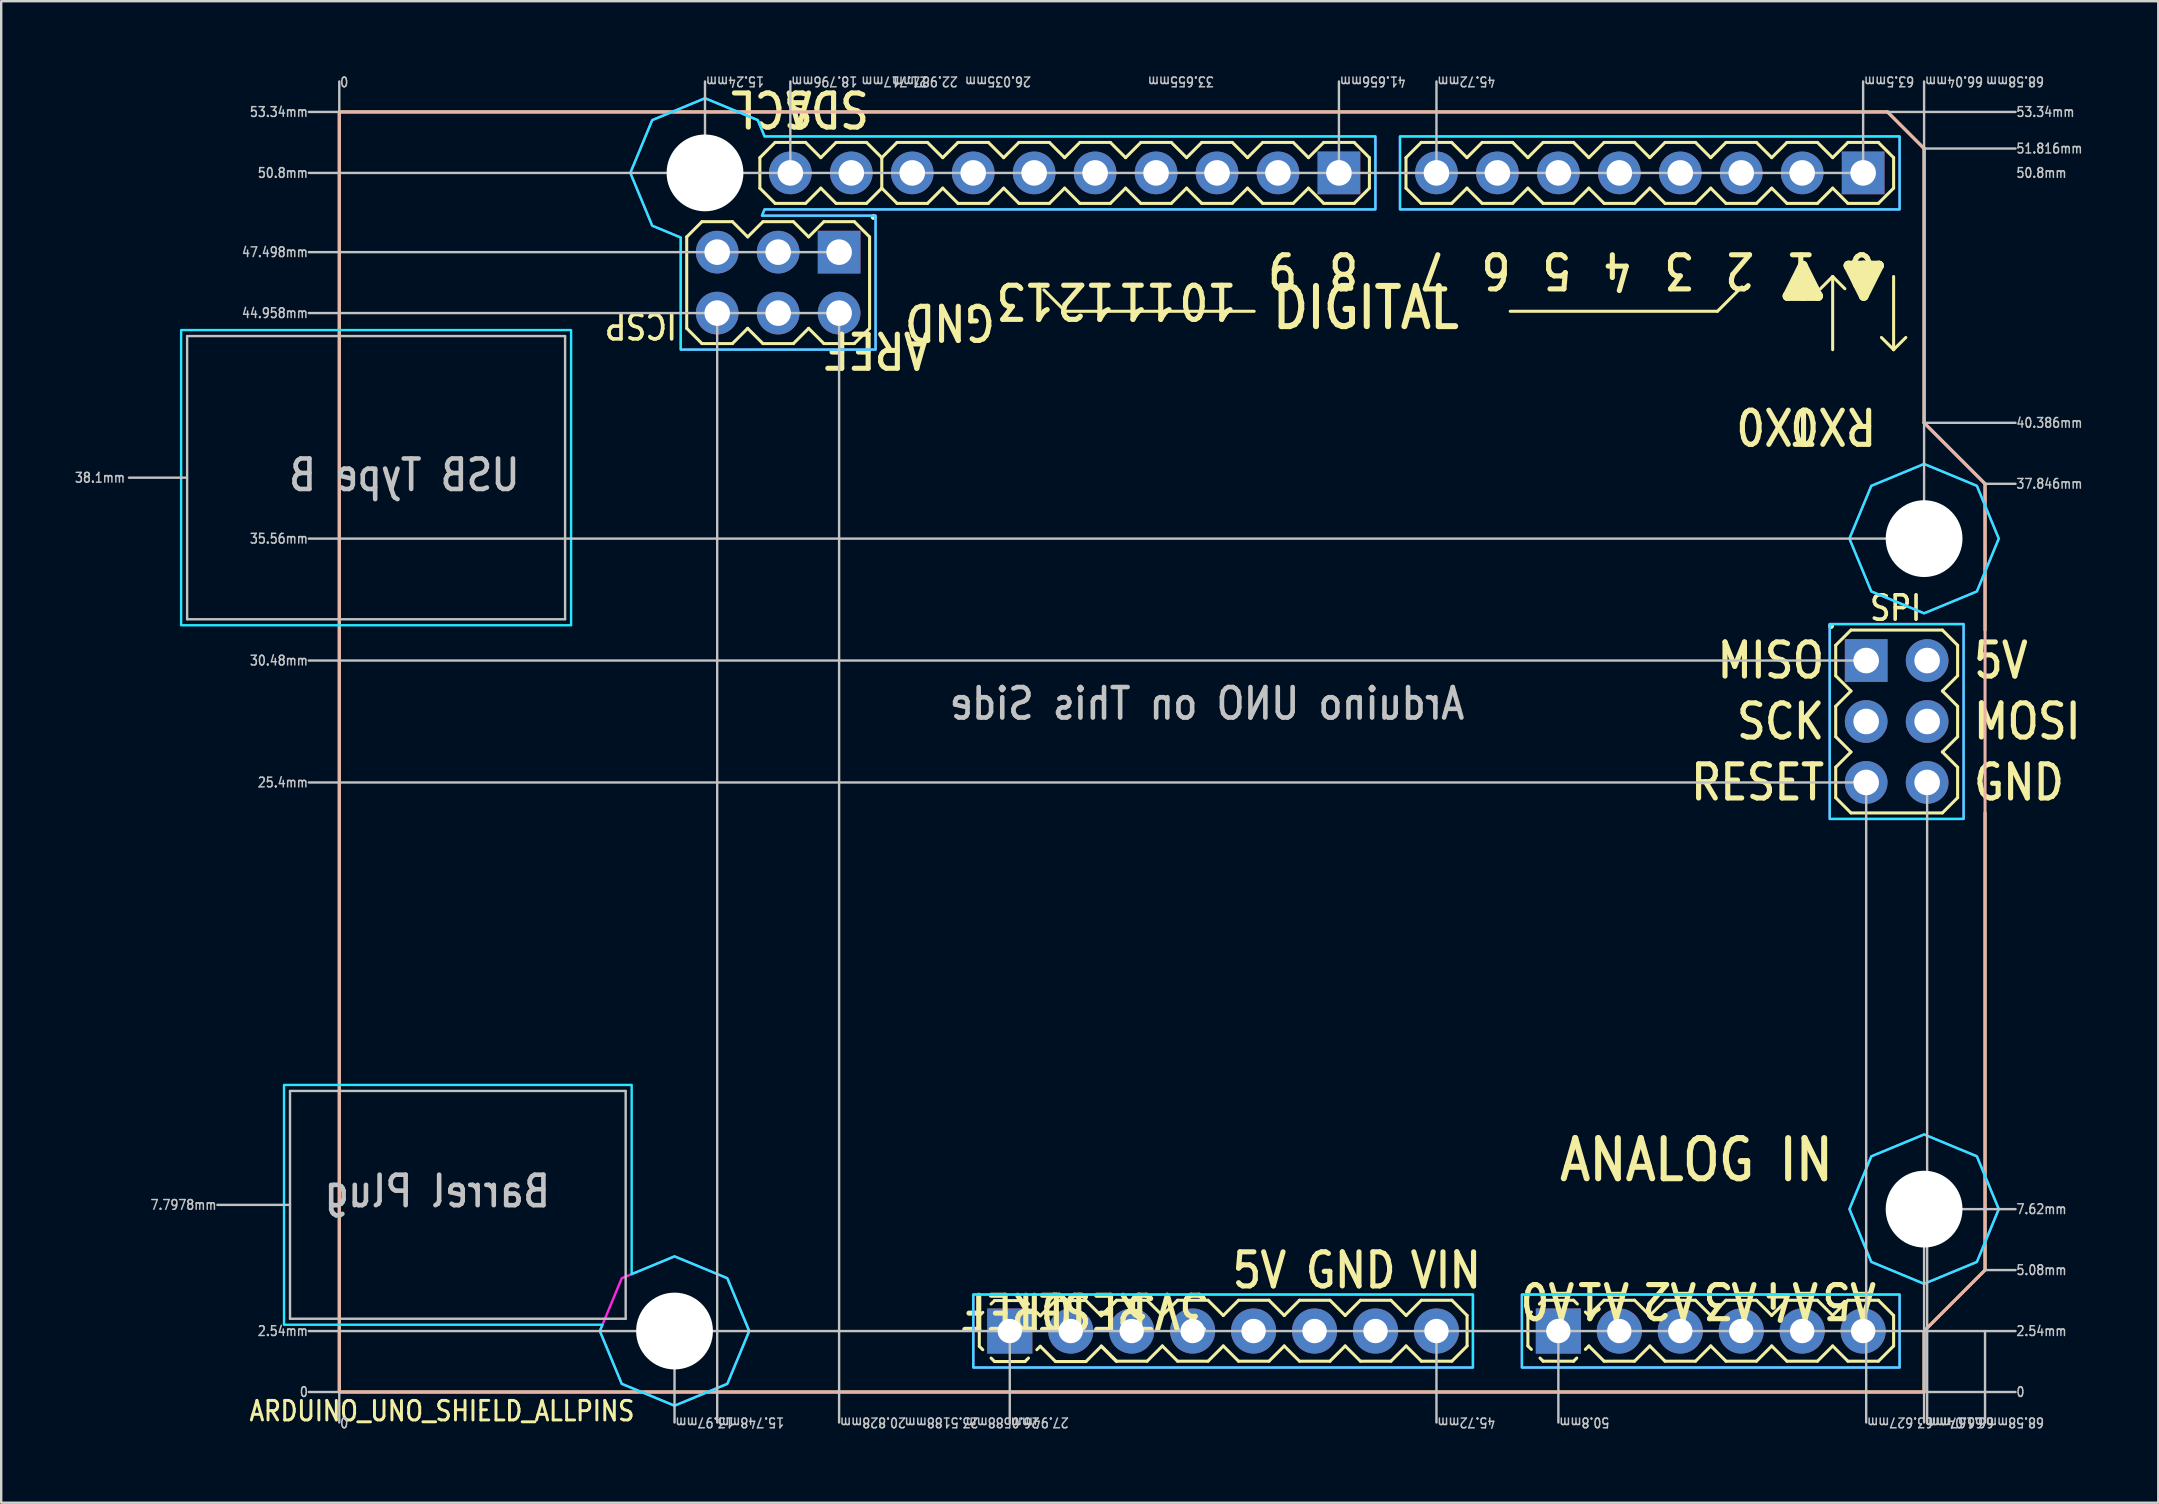
<source format=kicad_pcb>
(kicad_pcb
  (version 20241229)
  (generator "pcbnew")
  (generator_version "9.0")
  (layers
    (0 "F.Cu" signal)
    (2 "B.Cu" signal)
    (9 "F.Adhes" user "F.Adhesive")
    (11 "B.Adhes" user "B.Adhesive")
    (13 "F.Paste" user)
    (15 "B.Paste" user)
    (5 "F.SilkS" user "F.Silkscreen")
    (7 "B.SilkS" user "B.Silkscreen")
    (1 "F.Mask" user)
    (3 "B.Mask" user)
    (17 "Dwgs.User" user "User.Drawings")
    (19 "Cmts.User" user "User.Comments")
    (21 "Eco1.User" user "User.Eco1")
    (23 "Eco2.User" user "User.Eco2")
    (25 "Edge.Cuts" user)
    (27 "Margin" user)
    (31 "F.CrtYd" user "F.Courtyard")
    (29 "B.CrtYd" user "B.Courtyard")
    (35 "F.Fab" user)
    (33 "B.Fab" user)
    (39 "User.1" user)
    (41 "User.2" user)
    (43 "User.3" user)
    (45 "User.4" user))
  (footprint "ARDUINO_UNO_SHIELD_ALLPINS"
    (layer "F.Cu")
    (at 11.088 54.955)
    (property "Reference" "ARDUINO_UNO_SHIELD_ALLPINS" (at -3.81 1.27 0) (unlocked yes) (layer "F.SilkS") (effects (font (size 0.813 0.695) (thickness 0.122)) (justify left bottom)))
    (fp_circle (center 13.97 -2.54) (end 16.82 -2.54) (stroke (width 0) (type solid)) (fill yes) (layer "F.Mask"))
    (fp_circle (center 13.97 -2.54) (end 16.82 -2.54) (stroke (width 0) (type solid)) (fill yes) (layer "F.Mask"))
    (fp_circle (center 15.24 -50.8) (end 18.09 -50.8) (stroke (width 0) (type solid)) (fill yes) (layer "F.Mask"))
    (fp_circle (center 15.24 -50.8) (end 18.09 -50.8) (stroke (width 0) (type solid)) (fill yes) (layer "F.Mask"))
    (fp_circle (center 66.04 -35.56) (end 68.89 -35.56) (stroke (width 0) (type solid)) (fill yes) (layer "F.Mask"))
    (fp_circle (center 66.04 -35.56) (end 68.89 -35.56) (stroke (width 0) (type solid)) (fill yes) (layer "F.Mask"))
    (fp_circle (center 66.04 -7.62) (end 68.89 -7.62) (stroke (width 0) (type solid)) (fill yes) (layer "F.Mask"))
    (fp_circle (center 66.04 -7.62) (end 68.89 -7.62) (stroke (width 0) (type solid)) (fill yes) (layer "F.Mask"))
    (fp_circle (center 13.97 -2.54) (end 16.82 -2.54) (stroke (width 0) (type solid)) (fill yes) (layer "B.Mask"))
    (fp_circle (center 15.24 -50.8) (end 18.09 -50.8) (stroke (width 0) (type solid)) (fill yes) (layer "B.Mask"))
    (fp_circle (center 66.04 -35.56) (end 68.89 -35.56) (stroke (width 0) (type solid)) (fill yes) (layer "B.Mask"))
    (fp_circle (center 66.04 -7.62) (end 68.89 -7.62) (stroke (width 0) (type solid)) (fill yes) (layer "B.Mask"))
    (fp_line (start 0 -53.34) (end 64.516 -53.34) (stroke (width 0.127) (type solid)) (layer "F.SilkS"))
    (fp_line (start 0 0) (end 0 -53.34) (stroke (width 0.127) (type solid)) (layer "F.SilkS"))
    (fp_line (start 14.478 -48.133) (end 14.478 -44.323) (stroke (width 0.127) (type solid)) (layer "F.SilkS"))
    (fp_line (start 14.478 -44.323) (end 15.113 -43.688) (stroke (width 0.127) (type solid)) (layer "F.SilkS"))
    (fp_line (start 15.113 -48.768) (end 14.478 -48.133) (stroke (width 0.127) (type solid)) (layer "F.SilkS"))
    (fp_line (start 15.113 -43.688) (end 16.383 -43.688) (stroke (width 0.127) (type solid)) (layer "F.SilkS"))
    (fp_line (start 16.383 -48.768) (end 15.113 -48.768) (stroke (width 0.127) (type solid)) (layer "F.SilkS"))
    (fp_line (start 16.383 -43.688) (end 17.018 -44.323) (stroke (width 0.127) (type solid)) (layer "F.SilkS"))
    (fp_line (start 17.018 -48.133) (end 16.383 -48.768) (stroke (width 0.127) (type solid)) (layer "F.SilkS"))
    (fp_line (start 17.018 -44.323) (end 17.653 -43.688) (stroke (width 0.127) (type solid)) (layer "F.SilkS"))
    (fp_line (start 17.526 -51.435) (end 17.526 -50.165) (stroke (width 0.127) (type solid)) (layer "F.SilkS"))
    (fp_line (start 17.526 -50.165) (end 18.161 -49.53) (stroke (width 0.127) (type solid)) (layer "F.SilkS"))
    (fp_line (start 17.653 -48.768) (end 17.018 -48.133) (stroke (width 0.127) (type solid)) (layer "F.SilkS"))
    (fp_line (start 17.653 -43.688) (end 18.923 -43.688) (stroke (width 0.127) (type solid)) (layer "F.SilkS"))
    (fp_line (start 18.161 -52.07) (end 17.526 -51.435) (stroke (width 0.127) (type solid)) (layer "F.SilkS"))
    (fp_line (start 18.161 -49.53) (end 19.431 -49.53) (stroke (width 0.127) (type solid)) (layer "F.SilkS"))
    (fp_line (start 18.923 -48.768) (end 17.653 -48.768) (stroke (width 0.127) (type solid)) (layer "F.SilkS"))
    (fp_line (start 18.923 -43.688) (end 19.558 -44.323) (stroke (width 0.127) (type solid)) (layer "F.SilkS"))
    (fp_line (start 19.431 -52.07) (end 18.161 -52.07) (stroke (width 0.127) (type solid)) (layer "F.SilkS"))
    (fp_line (start 19.431 -49.53) (end 20.066 -50.165) (stroke (width 0.127) (type solid)) (layer "F.SilkS"))
    (fp_line (start 19.558 -48.133) (end 18.923 -48.768) (stroke (width 0.127) (type solid)) (layer "F.SilkS"))
    (fp_line (start 19.558 -44.323) (end 20.193 -43.688) (stroke (width 0.127) (type solid)) (layer "F.SilkS"))
    (fp_line (start 20.066 -51.435) (end 19.431 -52.07) (stroke (width 0.127) (type solid)) (layer "F.SilkS"))
    (fp_line (start 20.066 -50.165) (end 20.701 -49.53) (stroke (width 0.127) (type solid)) (layer "F.SilkS"))
    (fp_line (start 20.193 -48.768) (end 19.558 -48.133) (stroke (width 0.127) (type solid)) (layer "F.SilkS"))
    (fp_line (start 20.193 -43.688) (end 21.463 -43.688) (stroke (width 0.127) (type solid)) (layer "F.SilkS"))
    (fp_line (start 20.701 -52.07) (end 20.066 -51.435) (stroke (width 0.127) (type solid)) (layer "F.SilkS"))
    (fp_line (start 20.701 -49.53) (end 21.971 -49.53) (stroke (width 0.127) (type solid)) (layer "F.SilkS"))
    (fp_line (start 21.463 -48.768) (end 20.193 -48.768) (stroke (width 0.127) (type solid)) (layer "F.SilkS"))
    (fp_line (start 21.463 -43.688) (end 22.098 -44.323) (stroke (width 0.127) (type solid)) (layer "F.SilkS"))
    (fp_line (start 21.971 -52.07) (end 20.701 -52.07) (stroke (width 0.127) (type solid)) (layer "F.SilkS"))
    (fp_line (start 21.971 -49.53) (end 22.606 -50.165) (stroke (width 0.127) (type solid)) (layer "F.SilkS"))
    (fp_line (start 22.098 -48.133) (end 21.463 -48.768) (stroke (width 0.127) (type solid)) (layer "F.SilkS"))
    (fp_line (start 22.098 -44.323) (end 22.098 -48.133) (stroke (width 0.127) (type solid)) (layer "F.SilkS"))
    (fp_line (start 22.606 -51.435) (end 21.971 -52.07) (stroke (width 0.127) (type solid)) (layer "F.SilkS"))
    (fp_line (start 22.606 -51.435) (end 22.606 -50.165) (stroke (width 0.127) (type solid)) (layer "F.SilkS"))
    (fp_line (start 22.606 -50.165) (end 23.241 -49.53) (stroke (width 0.127) (type solid)) (layer "F.SilkS"))
    (fp_line (start 23.241 -52.07) (end 22.606 -51.435) (stroke (width 0.127) (type solid)) (layer "F.SilkS"))
    (fp_line (start 23.241 -49.53) (end 24.511 -49.53) (stroke (width 0.127) (type solid)) (layer "F.SilkS"))
    (fp_line (start 24.511 -52.07) (end 23.241 -52.07) (stroke (width 0.127) (type solid)) (layer "F.SilkS"))
    (fp_line (start 24.511 -49.53) (end 25.146 -50.165) (stroke (width 0.127) (type solid)) (layer "F.SilkS"))
    (fp_line (start 25.146 -51.435) (end 24.511 -52.07) (stroke (width 0.127) (type solid)) (layer "F.SilkS"))
    (fp_line (start 25.146 -50.165) (end 25.781 -49.53) (stroke (width 0.127) (type solid)) (layer "F.SilkS"))
    (fp_line (start 25.781 -52.07) (end 25.146 -51.435) (stroke (width 0.127) (type solid)) (layer "F.SilkS"))
    (fp_line (start 25.781 -49.53) (end 27.051 -49.53) (stroke (width 0.127) (type solid)) (layer "F.SilkS"))
    (fp_line (start 26.67 -3.175) (end 26.67 -1.905) (stroke (width 0.127) (type solid)) (layer "F.SilkS"))
    (fp_line (start 26.67 -1.905) (end 26.814 -1.761) (stroke (width 0.127) (type solid)) (layer "F.SilkS"))
    (fp_line (start 26.814 -3.319) (end 26.67 -3.175) (stroke (width 0.127) (type solid)) (layer "F.SilkS"))
    (fp_line (start 27.051 -52.07) (end 25.781 -52.07) (stroke (width 0.127) (type solid)) (layer "F.SilkS"))
    (fp_line (start 27.051 -49.53) (end 27.686 -50.165) (stroke (width 0.127) (type solid)) (layer "F.SilkS"))
    (fp_line (start 27.161 -1.414) (end 27.305 -1.27) (stroke (width 0.127) (type solid)) (layer "F.SilkS"))
    (fp_line (start 27.305 -3.81) (end 27.161 -3.666) (stroke (width 0.127) (type solid)) (layer "F.SilkS"))
    (fp_line (start 27.305 -3.81) (end 28.575 -3.81) (stroke (width 0.127) (type solid)) (layer "F.SilkS"))
    (fp_line (start 27.686 -51.435) (end 27.051 -52.07) (stroke (width 0.127) (type solid)) (layer "F.SilkS"))
    (fp_line (start 27.686 -50.165) (end 28.321 -49.53) (stroke (width 0.127) (type solid)) (layer "F.SilkS"))
    (fp_line (start 28.321 -52.07) (end 27.686 -51.435) (stroke (width 0.127) (type solid)) (layer "F.SilkS"))
    (fp_line (start 28.321 -49.53) (end 29.591 -49.53) (stroke (width 0.127) (type solid)) (layer "F.SilkS"))
    (fp_line (start 28.575 -3.81) (end 28.719 -3.666) (stroke (width 0.127) (type solid)) (layer "F.SilkS"))
    (fp_line (start 28.575 -1.27) (end 27.305 -1.27) (stroke (width 0.127) (type solid)) (layer "F.SilkS"))
    (fp_line (start 28.719 -1.414) (end 28.575 -1.27) (stroke (width 0.127) (type solid)) (layer "F.SilkS"))
    (fp_line (start 29.066 -3.319) (end 29.21 -3.175) (stroke (width 0.127) (type solid)) (layer "F.SilkS"))
    (fp_line (start 29.21 -3.175) (end 29.845 -3.81) (stroke (width 0.127) (type solid)) (layer "F.SilkS"))
    (fp_line (start 29.21 -1.905) (end 29.066 -1.761) (stroke (width 0.127) (type solid)) (layer "F.SilkS"))
    (fp_line (start 29.591 -52.07) (end 28.321 -52.07) (stroke (width 0.127) (type solid)) (layer "F.SilkS"))
    (fp_line (start 29.591 -49.53) (end 30.226 -50.165) (stroke (width 0.127) (type solid)) (layer "F.SilkS"))
    (fp_line (start 29.845 -3.81) (end 31.115 -3.81) (stroke (width 0.127) (type solid)) (layer "F.SilkS"))
    (fp_line (start 29.845 -1.27) (end 29.21 -1.905) (stroke (width 0.127) (type solid)) (layer "F.SilkS"))
    (fp_line (start 30.226 -51.435) (end 29.591 -52.07) (stroke (width 0.127) (type solid)) (layer "F.SilkS"))
    (fp_line (start 30.226 -50.165) (end 30.861 -49.53) (stroke (width 0.127) (type solid)) (layer "F.SilkS"))
    (fp_line (start 30.251 -45.034) (end 29.362 -45.923) (stroke (width 0.127) (type solid)) (layer "F.SilkS"))
    (fp_line (start 30.861 -52.07) (end 30.226 -51.435) (stroke (width 0.127) (type solid)) (layer "F.SilkS"))
    (fp_line (start 30.861 -49.53) (end 32.131 -49.53) (stroke (width 0.127) (type solid)) (layer "F.SilkS"))
    (fp_line (start 31.115 -3.81) (end 31.75 -3.175) (stroke (width 0.127) (type solid)) (layer "F.SilkS"))
    (fp_line (start 31.115 -1.27) (end 29.845 -1.27) (stroke (width 0.127) (type solid)) (layer "F.SilkS"))
    (fp_line (start 31.75 -3.175) (end 32.385 -3.81) (stroke (width 0.127) (type solid)) (layer "F.SilkS"))
    (fp_line (start 31.75 -1.905) (end 31.115 -1.27) (stroke (width 0.127) (type solid)) (layer "F.SilkS"))
    (fp_line (start 31.757 -1.918) (end 32.392 -1.283) (stroke (width 0.127) (type solid)) (layer "F.SilkS"))
    (fp_line (start 32.131 -52.07) (end 30.861 -52.07) (stroke (width 0.127) (type solid)) (layer "F.SilkS"))
    (fp_line (start 32.131 -49.53) (end 32.766 -50.165) (stroke (width 0.127) (type solid)) (layer "F.SilkS"))
    (fp_line (start 32.385 -1.27) (end 31.75 -1.905) (stroke (width 0.127) (type solid)) (layer "F.SilkS"))
    (fp_line (start 32.392 -3.823) (end 31.757 -3.188) (stroke (width 0.127) (type solid)) (layer "F.SilkS"))
    (fp_line (start 32.392 -3.823) (end 33.662 -3.823) (stroke (width 0.127) (type solid)) (layer "F.SilkS"))
    (fp_line (start 32.766 -51.435) (end 32.131 -52.07) (stroke (width 0.127) (type solid)) (layer "F.SilkS"))
    (fp_line (start 32.766 -50.165) (end 33.401 -49.53) (stroke (width 0.127) (type solid)) (layer "F.SilkS"))
    (fp_line (start 33.401 -52.07) (end 32.766 -51.435) (stroke (width 0.127) (type solid)) (layer "F.SilkS"))
    (fp_line (start 33.401 -49.53) (end 34.671 -49.53) (stroke (width 0.127) (type solid)) (layer "F.SilkS"))
    (fp_line (start 33.662 -3.823) (end 34.297 -3.188) (stroke (width 0.127) (type solid)) (layer "F.SilkS"))
    (fp_line (start 33.662 -1.283) (end 32.392 -1.283) (stroke (width 0.127) (type solid)) (layer "F.SilkS"))
    (fp_line (start 34.297 -3.188) (end 34.932 -3.823) (stroke (width 0.127) (type solid)) (layer "F.SilkS"))
    (fp_line (start 34.297 -1.918) (end 33.662 -1.283) (stroke (width 0.127) (type solid)) (layer "F.SilkS"))
    (fp_line (start 34.671 -52.07) (end 33.401 -52.07) (stroke (width 0.127) (type solid)) (layer "F.SilkS"))
    (fp_line (start 34.671 -49.53) (end 35.306 -50.165) (stroke (width 0.127) (type solid)) (layer "F.SilkS"))
    (fp_line (start 34.932 -3.823) (end 36.202 -3.823) (stroke (width 0.127) (type solid)) (layer "F.SilkS"))
    (fp_line (start 34.932 -1.283) (end 34.297 -1.918) (stroke (width 0.127) (type solid)) (layer "F.SilkS"))
    (fp_line (start 35.306 -51.435) (end 34.671 -52.07) (stroke (width 0.127) (type solid)) (layer "F.SilkS"))
    (fp_line (start 35.306 -50.165) (end 35.941 -49.53) (stroke (width 0.127) (type solid)) (layer "F.SilkS"))
    (fp_line (start 35.941 -52.07) (end 35.306 -51.435) (stroke (width 0.127) (type solid)) (layer "F.SilkS"))
    (fp_line (start 35.941 -49.53) (end 37.211 -49.53) (stroke (width 0.127) (type solid)) (layer "F.SilkS"))
    (fp_line (start 36.202 -3.823) (end 36.837 -3.188) (stroke (width 0.127) (type solid)) (layer "F.SilkS"))
    (fp_line (start 36.202 -1.283) (end 34.932 -1.283) (stroke (width 0.127) (type solid)) (layer "F.SilkS"))
    (fp_line (start 36.837 -3.188) (end 37.472 -3.823) (stroke (width 0.127) (type solid)) (layer "F.SilkS"))
    (fp_line (start 36.837 -1.918) (end 36.202 -1.283) (stroke (width 0.127) (type solid)) (layer "F.SilkS"))
    (fp_line (start 37.211 -52.07) (end 35.941 -52.07) (stroke (width 0.127) (type solid)) (layer "F.SilkS"))
    (fp_line (start 37.211 -49.53) (end 37.846 -50.165) (stroke (width 0.127) (type solid)) (layer "F.SilkS"))
    (fp_line (start 37.472 -3.823) (end 38.742 -3.823) (stroke (width 0.127) (type solid)) (layer "F.SilkS"))
    (fp_line (start 37.472 -1.283) (end 36.837 -1.918) (stroke (width 0.127) (type solid)) (layer "F.SilkS"))
    (fp_line (start 37.846 -51.435) (end 37.211 -52.07) (stroke (width 0.127) (type solid)) (layer "F.SilkS"))
    (fp_line (start 37.846 -50.165) (end 38.481 -49.53) (stroke (width 0.127) (type solid)) (layer "F.SilkS"))
    (fp_line (start 38.125 -45.034) (end 30.251 -45.034) (stroke (width 0.127) (type solid)) (layer "F.SilkS"))
    (fp_line (start 38.481 -52.07) (end 37.846 -51.435) (stroke (width 0.127) (type solid)) (layer "F.SilkS"))
    (fp_line (start 38.481 -49.53) (end 39.751 -49.53) (stroke (width 0.127) (type solid)) (layer "F.SilkS"))
    (fp_line (start 38.742 -3.823) (end 39.377 -3.188) (stroke (width 0.127) (type solid)) (layer "F.SilkS"))
    (fp_line (start 38.742 -1.283) (end 37.472 -1.283) (stroke (width 0.127) (type solid)) (layer "F.SilkS"))
    (fp_line (start 39.377 -1.918) (end 38.742 -1.283) (stroke (width 0.127) (type solid)) (layer "F.SilkS"))
    (fp_line (start 39.377 -1.918) (end 40.012 -1.283) (stroke (width 0.127) (type solid)) (layer "F.SilkS"))
    (fp_line (start 39.751 -52.07) (end 38.481 -52.07) (stroke (width 0.127) (type solid)) (layer "F.SilkS"))
    (fp_line (start 39.751 -49.53) (end 40.386 -50.165) (stroke (width 0.127) (type solid)) (layer "F.SilkS"))
    (fp_line (start 40.012 -3.823) (end 39.377 -3.188) (stroke (width 0.127) (type solid)) (layer "F.SilkS"))
    (fp_line (start 40.012 -3.823) (end 41.282 -3.823) (stroke (width 0.127) (type solid)) (layer "F.SilkS"))
    (fp_line (start 40.386 -51.435) (end 39.751 -52.07) (stroke (width 0.127) (type solid)) (layer "F.SilkS"))
    (fp_line (start 40.386 -50.165) (end 41.021 -49.53) (stroke (width 0.127) (type solid)) (layer "F.SilkS"))
    (fp_line (start 41.021 -52.07) (end 40.386 -51.435) (stroke (width 0.127) (type solid)) (layer "F.SilkS"))
    (fp_line (start 41.021 -49.53) (end 42.291 -49.53) (stroke (width 0.127) (type solid)) (layer "F.SilkS"))
    (fp_line (start 41.282 -3.823) (end 41.917 -3.188) (stroke (width 0.127) (type solid)) (layer "F.SilkS"))
    (fp_line (start 41.282 -1.283) (end 40.012 -1.283) (stroke (width 0.127) (type solid)) (layer "F.SilkS"))
    (fp_line (start 41.917 -3.188) (end 42.552 -3.823) (stroke (width 0.127) (type solid)) (layer "F.SilkS"))
    (fp_line (start 41.917 -1.918) (end 41.282 -1.283) (stroke (width 0.127) (type solid)) (layer "F.SilkS"))
    (fp_line (start 42.291 -52.07) (end 41.021 -52.07) (stroke (width 0.127) (type solid)) (layer "F.SilkS"))
    (fp_line (start 42.291 -49.53) (end 42.926 -50.165) (stroke (width 0.127) (type solid)) (layer "F.SilkS"))
    (fp_line (start 42.552 -3.823) (end 43.822 -3.823) (stroke (width 0.127) (type solid)) (layer "F.SilkS"))
    (fp_line (start 42.552 -1.283) (end 41.917 -1.918) (stroke (width 0.127) (type solid)) (layer "F.SilkS"))
    (fp_line (start 42.926 -51.435) (end 42.291 -52.07) (stroke (width 0.127) (type solid)) (layer "F.SilkS"))
    (fp_line (start 42.926 -50.165) (end 42.926 -51.435) (stroke (width 0.127) (type solid)) (layer "F.SilkS"))
    (fp_line (start 43.822 -3.823) (end 44.457 -3.188) (stroke (width 0.127) (type solid)) (layer "F.SilkS"))
    (fp_line (start 43.822 -1.283) (end 42.552 -1.283) (stroke (width 0.127) (type solid)) (layer "F.SilkS"))
    (fp_line (start 44.45 -51.435) (end 44.45 -50.165) (stroke (width 0.127) (type solid)) (layer "F.SilkS"))
    (fp_line (start 44.45 -50.165) (end 45.085 -49.53) (stroke (width 0.127) (type solid)) (layer "F.SilkS"))
    (fp_line (start 44.457 -3.188) (end 45.092 -3.823) (stroke (width 0.127) (type solid)) (layer "F.SilkS"))
    (fp_line (start 44.457 -1.918) (end 43.822 -1.283) (stroke (width 0.127) (type solid)) (layer "F.SilkS"))
    (fp_line (start 45.085 -52.07) (end 44.45 -51.435) (stroke (width 0.127) (type solid)) (layer "F.SilkS"))
    (fp_line (start 45.085 -49.53) (end 46.355 -49.53) (stroke (width 0.127) (type solid)) (layer "F.SilkS"))
    (fp_line (start 45.092 -3.823) (end 46.362 -3.823) (stroke (width 0.127) (type solid)) (layer "F.SilkS"))
    (fp_line (start 45.092 -1.283) (end 44.457 -1.918) (stroke (width 0.127) (type solid)) (layer "F.SilkS"))
    (fp_line (start 46.355 -52.07) (end 45.085 -52.07) (stroke (width 0.127) (type solid)) (layer "F.SilkS"))
    (fp_line (start 46.355 -49.53) (end 46.99 -50.165) (stroke (width 0.127) (type solid)) (layer "F.SilkS"))
    (fp_line (start 46.362 -3.823) (end 46.997 -3.188) (stroke (width 0.127) (type solid)) (layer "F.SilkS"))
    (fp_line (start 46.362 -1.283) (end 45.092 -1.283) (stroke (width 0.127) (type solid)) (layer "F.SilkS"))
    (fp_line (start 46.99 -51.435) (end 46.355 -52.07) (stroke (width 0.127) (type solid)) (layer "F.SilkS"))
    (fp_line (start 46.99 -50.165) (end 47.625 -49.53) (stroke (width 0.127) (type solid)) (layer "F.SilkS"))
    (fp_line (start 46.997 -3.188) (end 46.997 -1.918) (stroke (width 0.127) (type solid)) (layer "F.SilkS"))
    (fp_line (start 46.997 -1.918) (end 46.362 -1.283) (stroke (width 0.127) (type solid)) (layer "F.SilkS"))
    (fp_line (start 47.625 -52.07) (end 46.99 -51.435) (stroke (width 0.127) (type solid)) (layer "F.SilkS"))
    (fp_line (start 47.625 -49.53) (end 48.895 -49.53) (stroke (width 0.127) (type solid)) (layer "F.SilkS"))
    (fp_line (start 48.793 -45.034) (end 57.429 -45.034) (stroke (width 0.127) (type solid)) (layer "F.SilkS"))
    (fp_line (start 48.895 -52.07) (end 47.625 -52.07) (stroke (width 0.127) (type solid)) (layer "F.SilkS"))
    (fp_line (start 48.895 -49.53) (end 49.53 -50.165) (stroke (width 0.127) (type solid)) (layer "F.SilkS"))
    (fp_line (start 49.53 -51.435) (end 48.895 -52.07) (stroke (width 0.127) (type solid)) (layer "F.SilkS"))
    (fp_line (start 49.53 -50.165) (end 50.165 -49.53) (stroke (width 0.127) (type solid)) (layer "F.SilkS"))
    (fp_line (start 49.53 -3.188) (end 49.53 -1.918) (stroke (width 0.127) (type solid)) (layer "F.SilkS"))
    (fp_line (start 49.53 -1.918) (end 49.674 -1.774) (stroke (width 0.127) (type solid)) (layer "F.SilkS"))
    (fp_line (start 49.674 -3.332) (end 49.53 -3.188) (stroke (width 0.127) (type solid)) (layer "F.SilkS"))
    (fp_line (start 50.034 -1.414) (end 50.165 -1.283) (stroke (width 0.127) (type solid)) (layer "F.SilkS"))
    (fp_line (start 50.165 -52.07) (end 49.53 -51.435) (stroke (width 0.127) (type solid)) (layer "F.SilkS"))
    (fp_line (start 50.165 -49.53) (end 51.435 -49.53) (stroke (width 0.127) (type solid)) (layer "F.SilkS"))
    (fp_line (start 50.165 -3.823) (end 50.008 -3.666) (stroke (width 0.127) (type solid)) (layer "F.SilkS"))
    (fp_line (start 50.165 -3.823) (end 51.435 -3.823) (stroke (width 0.127) (type solid)) (layer "F.SilkS"))
    (fp_line (start 51.435 -52.07) (end 50.165 -52.07) (stroke (width 0.127) (type solid)) (layer "F.SilkS"))
    (fp_line (start 51.435 -49.53) (end 52.07 -50.165) (stroke (width 0.127) (type solid)) (layer "F.SilkS"))
    (fp_line (start 51.435 -3.823) (end 51.592 -3.666) (stroke (width 0.127) (type solid)) (layer "F.SilkS"))
    (fp_line (start 51.435 -1.283) (end 50.165 -1.283) (stroke (width 0.127) (type solid)) (layer "F.SilkS"))
    (fp_line (start 51.566 -1.414) (end 51.435 -1.283) (stroke (width 0.127) (type solid)) (layer "F.SilkS"))
    (fp_line (start 51.926 -3.332) (end 52.07 -3.188) (stroke (width 0.127) (type solid)) (layer "F.SilkS"))
    (fp_line (start 52.07 -51.435) (end 51.435 -52.07) (stroke (width 0.127) (type solid)) (layer "F.SilkS"))
    (fp_line (start 52.07 -50.165) (end 52.705 -49.53) (stroke (width 0.127) (type solid)) (layer "F.SilkS"))
    (fp_line (start 52.07 -3.188) (end 52.705 -3.823) (stroke (width 0.127) (type solid)) (layer "F.SilkS"))
    (fp_line (start 52.07 -1.918) (end 51.926 -1.774) (stroke (width 0.127) (type solid)) (layer "F.SilkS"))
    (fp_line (start 52.705 -52.07) (end 52.07 -51.435) (stroke (width 0.127) (type solid)) (layer "F.SilkS"))
    (fp_line (start 52.705 -49.53) (end 53.975 -49.53) (stroke (width 0.127) (type solid)) (layer "F.SilkS"))
    (fp_line (start 52.705 -3.823) (end 53.975 -3.823) (stroke (width 0.127) (type solid)) (layer "F.SilkS"))
    (fp_line (start 52.705 -1.283) (end 52.07 -1.918) (stroke (width 0.127) (type solid)) (layer "F.SilkS"))
    (fp_line (start 53.975 -52.07) (end 52.705 -52.07) (stroke (width 0.127) (type solid)) (layer "F.SilkS"))
    (fp_line (start 53.975 -49.53) (end 54.61 -50.165) (stroke (width 0.127) (type solid)) (layer "F.SilkS"))
    (fp_line (start 53.975 -3.823) (end 54.61 -3.188) (stroke (width 0.127) (type solid)) (layer "F.SilkS"))
    (fp_line (start 53.975 -1.283) (end 52.705 -1.283) (stroke (width 0.127) (type solid)) (layer "F.SilkS"))
    (fp_line (start 54.61 -51.435) (end 53.975 -52.07) (stroke (width 0.127) (type solid)) (layer "F.SilkS"))
    (fp_line (start 54.61 -50.165) (end 55.245 -49.53) (stroke (width 0.127) (type solid)) (layer "F.SilkS"))
    (fp_line (start 54.61 -3.188) (end 55.245 -3.823) (stroke (width 0.127) (type solid)) (layer "F.SilkS"))
    (fp_line (start 54.61 -1.918) (end 53.975 -1.283) (stroke (width 0.127) (type solid)) (layer "F.SilkS"))
    (fp_line (start 55.245 -52.07) (end 54.61 -51.435) (stroke (width 0.127) (type solid)) (layer "F.SilkS"))
    (fp_line (start 55.245 -49.53) (end 56.515 -49.53) (stroke (width 0.127) (type solid)) (layer "F.SilkS"))
    (fp_line (start 55.245 -3.823) (end 56.515 -3.823) (stroke (width 0.127) (type solid)) (layer "F.SilkS"))
    (fp_line (start 55.245 -1.283) (end 54.61 -1.918) (stroke (width 0.127) (type solid)) (layer "F.SilkS"))
    (fp_line (start 56.515 -52.07) (end 55.245 -52.07) (stroke (width 0.127) (type solid)) (layer "F.SilkS"))
    (fp_line (start 56.515 -49.53) (end 57.15 -50.165) (stroke (width 0.127) (type solid)) (layer "F.SilkS"))
    (fp_line (start 56.515 -3.823) (end 57.15 -3.188) (stroke (width 0.127) (type solid)) (layer "F.SilkS"))
    (fp_line (start 56.515 -1.283) (end 55.245 -1.283) (stroke (width 0.127) (type solid)) (layer "F.SilkS"))
    (fp_line (start 57.15 -51.435) (end 56.515 -52.07) (stroke (width 0.127) (type solid)) (layer "F.SilkS"))
    (fp_line (start 57.15 -50.165) (end 57.785 -49.53) (stroke (width 0.127) (type solid)) (layer "F.SilkS"))
    (fp_line (start 57.15 -1.918) (end 56.515 -1.283) (stroke (width 0.127) (type solid)) (layer "F.SilkS"))
    (fp_line (start 57.15 -1.918) (end 57.785 -1.283) (stroke (width 0.127) (type solid)) (layer "F.SilkS"))
    (fp_line (start 57.429 -45.034) (end 58.445 -46.05) (stroke (width 0.127) (type solid)) (layer "F.SilkS"))
    (fp_line (start 57.785 -52.07) (end 57.15 -51.435) (stroke (width 0.127) (type solid)) (layer "F.SilkS"))
    (fp_line (start 57.785 -49.53) (end 59.055 -49.53) (stroke (width 0.127) (type solid)) (layer "F.SilkS"))
    (fp_line (start 57.785 -3.823) (end 57.15 -3.188) (stroke (width 0.127) (type solid)) (layer "F.SilkS"))
    (fp_line (start 57.785 -3.823) (end 59.055 -3.823) (stroke (width 0.127) (type solid)) (layer "F.SilkS"))
    (fp_line (start 59.055 -52.07) (end 57.785 -52.07) (stroke (width 0.127) (type solid)) (layer "F.SilkS"))
    (fp_line (start 59.055 -49.53) (end 59.69 -50.165) (stroke (width 0.127) (type solid)) (layer "F.SilkS"))
    (fp_line (start 59.055 -3.823) (end 59.69 -3.188) (stroke (width 0.127) (type solid)) (layer "F.SilkS"))
    (fp_line (start 59.055 -1.283) (end 57.785 -1.283) (stroke (width 0.127) (type solid)) (layer "F.SilkS"))
    (fp_line (start 59.69 -51.435) (end 59.055 -52.07) (stroke (width 0.127) (type solid)) (layer "F.SilkS"))
    (fp_line (start 59.69 -50.165) (end 60.325 -49.53) (stroke (width 0.127) (type solid)) (layer "F.SilkS"))
    (fp_line (start 59.69 -3.188) (end 60.325 -3.823) (stroke (width 0.127) (type solid)) (layer "F.SilkS"))
    (fp_line (start 59.69 -1.918) (end 59.055 -1.283) (stroke (width 0.127) (type solid)) (layer "F.SilkS"))
    (fp_line (start 60.325 -52.07) (end 59.69 -51.435) (stroke (width 0.127) (type solid)) (layer "F.SilkS"))
    (fp_line (start 60.325 -49.53) (end 61.595 -49.53) (stroke (width 0.127) (type solid)) (layer "F.SilkS"))
    (fp_line (start 60.325 -3.823) (end 61.595 -3.823) (stroke (width 0.127) (type solid)) (layer "F.SilkS"))
    (fp_line (start 60.325 -1.283) (end 59.69 -1.918) (stroke (width 0.127) (type solid)) (layer "F.SilkS"))
    (fp_line (start 60.35 -45.669) (end 60.985 -46.939) (stroke (width 0.406) (type solid)) (layer "F.SilkS"))
    (fp_line (start 60.35 -45.669) (end 60.985 -46.304) (stroke (width 0.406) (type solid)) (layer "F.SilkS"))
    (fp_line (start 60.985 -46.939) (end 61.62 -45.669) (stroke (width 0.406) (type solid)) (layer "F.SilkS"))
    (fp_line (start 60.985 -46.304) (end 60.985 -45.669) (stroke (width 0.406) (type solid)) (layer "F.SilkS"))
    (fp_line (start 60.985 -45.669) (end 60.35 -45.669) (stroke (width 0.406) (type solid)) (layer "F.SilkS"))
    (fp_line (start 60.985 -45.669) (end 61.62 -45.669) (stroke (width 0.406) (type solid)) (layer "F.SilkS"))
    (fp_line (start 61.595 -52.07) (end 60.325 -52.07) (stroke (width 0.127) (type solid)) (layer "F.SilkS"))
    (fp_line (start 61.595 -49.53) (end 62.23 -50.165) (stroke (width 0.127) (type solid)) (layer "F.SilkS"))
    (fp_line (start 61.595 -3.823) (end 62.23 -3.188) (stroke (width 0.127) (type solid)) (layer "F.SilkS"))
    (fp_line (start 61.595 -1.283) (end 60.325 -1.283) (stroke (width 0.127) (type solid)) (layer "F.SilkS"))
    (fp_line (start 61.62 -45.669) (end 60.985 -46.304) (stroke (width 0.406) (type solid)) (layer "F.SilkS"))
    (fp_line (start 62.23 -51.435) (end 61.595 -52.07) (stroke (width 0.127) (type solid)) (layer "F.SilkS"))
    (fp_line (start 62.23 -50.165) (end 62.865 -49.53) (stroke (width 0.127) (type solid)) (layer "F.SilkS"))
    (fp_line (start 62.23 -46.482) (end 61.722 -45.974) (stroke (width 0.127) (type solid)) (layer "F.SilkS"))
    (fp_line (start 62.23 -46.482) (end 62.738 -45.974) (stroke (width 0.127) (type solid)) (layer "F.SilkS"))
    (fp_line (start 62.23 -43.434) (end 62.23 -46.482) (stroke (width 0.127) (type solid)) (layer "F.SilkS"))
    (fp_line (start 62.23 -3.188) (end 62.865 -3.823) (stroke (width 0.127) (type solid)) (layer "F.SilkS"))
    (fp_line (start 62.23 -1.918) (end 61.595 -1.283) (stroke (width 0.127) (type solid)) (layer "F.SilkS"))
    (fp_line (start 62.357 -31.115) (end 62.357 -29.845) (stroke (width 0.127) (type solid)) (layer "F.SilkS"))
    (fp_line (start 62.357 -29.845) (end 62.992 -29.21) (stroke (width 0.127) (type solid)) (layer "F.SilkS"))
    (fp_line (start 62.357 -28.575) (end 62.357 -27.305) (stroke (width 0.127) (type solid)) (layer "F.SilkS"))
    (fp_line (start 62.357 -27.305) (end 62.992 -26.67) (stroke (width 0.127) (type solid)) (layer "F.SilkS"))
    (fp_line (start 62.357 -26.035) (end 62.357 -24.765) (stroke (width 0.127) (type solid)) (layer "F.SilkS"))
    (fp_line (start 62.357 -24.765) (end 62.992 -24.13) (stroke (width 0.127) (type solid)) (layer "F.SilkS"))
    (fp_line (start 62.865 -52.07) (end 62.23 -51.435) (stroke (width 0.127) (type solid)) (layer "F.SilkS"))
    (fp_line (start 62.865 -49.53) (end 64.135 -49.53) (stroke (width 0.127) (type solid)) (layer "F.SilkS"))
    (fp_line (start 62.865 -3.823) (end 64.135 -3.823) (stroke (width 0.127) (type solid)) (layer "F.SilkS"))
    (fp_line (start 62.865 -1.283) (end 62.23 -1.918) (stroke (width 0.127) (type solid)) (layer "F.SilkS"))
    (fp_line (start 62.89 -46.939) (end 63.525 -46.939) (stroke (width 0.406) (type solid)) (layer "F.SilkS"))
    (fp_line (start 62.89 -46.939) (end 63.525 -46.304) (stroke (width 0.406) (type solid)) (layer "F.SilkS"))
    (fp_line (start 62.992 -31.75) (end 62.357 -31.115) (stroke (width 0.127) (type solid)) (layer "F.SilkS"))
    (fp_line (start 62.992 -29.21) (end 62.357 -28.575) (stroke (width 0.127) (type solid)) (layer "F.SilkS"))
    (fp_line (start 62.992 -26.67) (end 62.357 -26.035) (stroke (width 0.127) (type solid)) (layer "F.SilkS"))
    (fp_line (start 62.992 -24.13) (end 66.802 -24.13) (stroke (width 0.127) (type solid)) (layer "F.SilkS"))
    (fp_line (start 63.525 -46.939) (end 63.525 -46.304) (stroke (width 0.406) (type solid)) (layer "F.SilkS"))
    (fp_line (start 63.525 -46.304) (end 64.16 -46.939) (stroke (width 0.406) (type solid)) (layer "F.SilkS"))
    (fp_line (start 63.525 -45.669) (end 62.89 -46.939) (stroke (width 0.406) (type solid)) (layer "F.SilkS"))
    (fp_line (start 64.135 -52.07) (end 62.865 -52.07) (stroke (width 0.127) (type solid)) (layer "F.SilkS"))
    (fp_line (start 64.135 -49.53) (end 64.77 -50.165) (stroke (width 0.127) (type solid)) (layer "F.SilkS"))
    (fp_line (start 64.135 -3.823) (end 64.77 -3.188) (stroke (width 0.127) (type solid)) (layer "F.SilkS"))
    (fp_line (start 64.135 -1.283) (end 62.865 -1.283) (stroke (width 0.127) (type solid)) (layer "F.SilkS"))
    (fp_line (start 64.16 -46.939) (end 63.525 -46.939) (stroke (width 0.406) (type solid)) (layer "F.SilkS"))
    (fp_line (start 64.16 -46.939) (end 63.525 -45.669) (stroke (width 0.406) (type solid)) (layer "F.SilkS"))
    (fp_line (start 64.516 -53.34) (end 66.04 -51.816) (stroke (width 0.127) (type solid)) (layer "F.SilkS"))
    (fp_line (start 64.77 -51.435) (end 64.135 -52.07) (stroke (width 0.127) (type solid)) (layer "F.SilkS"))
    (fp_line (start 64.77 -50.165) (end 64.77 -51.435) (stroke (width 0.127) (type solid)) (layer "F.SilkS"))
    (fp_line (start 64.77 -46.482) (end 64.77 -43.434) (stroke (width 0.127) (type solid)) (layer "F.SilkS"))
    (fp_line (start 64.77 -43.434) (end 64.262 -43.942) (stroke (width 0.127) (type solid)) (layer "F.SilkS"))
    (fp_line (start 64.77 -43.434) (end 65.278 -43.942) (stroke (width 0.127) (type solid)) (layer "F.SilkS"))
    (fp_line (start 64.77 -3.188) (end 64.77 -1.918) (stroke (width 0.127) (type solid)) (layer "F.SilkS"))
    (fp_line (start 64.77 -1.918) (end 64.135 -1.283) (stroke (width 0.127) (type solid)) (layer "F.SilkS"))
    (fp_line (start 66.04 -51.816) (end 66.04 -40.386) (stroke (width 0.127) (type solid)) (layer "F.SilkS"))
    (fp_line (start 66.04 -40.386) (end 68.58 -37.846) (stroke (width 0.127) (type solid)) (layer "F.SilkS"))
    (fp_line (start 66.04 -2.54) (end 66.04 0) (stroke (width 0.127) (type solid)) (layer "F.SilkS"))
    (fp_line (start 66.04 0) (end 0 0) (stroke (width 0.127) (type solid)) (layer "F.SilkS"))
    (fp_line (start 66.802 -31.75) (end 62.992 -31.75) (stroke (width 0.127) (type solid)) (layer "F.SilkS"))
    (fp_line (start 66.802 -29.21) (end 67.437 -29.845) (stroke (width 0.127) (type solid)) (layer "F.SilkS"))
    (fp_line (start 66.802 -26.67) (end 67.437 -27.305) (stroke (width 0.127) (type solid)) (layer "F.SilkS"))
    (fp_line (start 66.802 -24.13) (end 67.437 -24.765) (stroke (width 0.127) (type solid)) (layer "F.SilkS"))
    (fp_line (start 67.437 -31.115) (end 66.802 -31.75) (stroke (width 0.127) (type solid)) (layer "F.SilkS"))
    (fp_line (start 67.437 -29.845) (end 67.437 -31.115) (stroke (width 0.127) (type solid)) (layer "F.SilkS"))
    (fp_line (start 67.437 -28.575) (end 66.802 -29.21) (stroke (width 0.127) (type solid)) (layer "F.SilkS"))
    (fp_line (start 67.437 -27.305) (end 67.437 -28.575) (stroke (width 0.127) (type solid)) (layer "F.SilkS"))
    (fp_line (start 67.437 -26.035) (end 66.802 -26.67) (stroke (width 0.127) (type solid)) (layer "F.SilkS"))
    (fp_line (start 67.437 -24.765) (end 67.437 -26.035) (stroke (width 0.127) (type solid)) (layer "F.SilkS"))
    (fp_line (start 68.58 -37.846) (end 68.58 -31.75) (stroke (width 0.127) (type solid)) (layer "F.SilkS"))
    (fp_line (start 68.58 -24.13) (end 68.58 -5.08) (stroke (width 0.127) (type solid)) (layer "F.SilkS"))
    (fp_line (start 68.58 -5.08) (end 66.04 -2.54) (stroke (width 0.127) (type solid)) (layer "F.SilkS"))
    (fp_circle (center 22.268 -48.965) (end 22.268 -48.965) (stroke (width 0.127) (type solid)) (fill no) (layer "F.SilkS"))
    (fp_circle (center 62.16 -31.92) (end 62.16 -31.92) (stroke (width 0.127) (type solid)) (fill no) (layer "F.SilkS"))
    (fp_line (start 0 -53.34) (end 64.516 -53.34) (stroke (width 0.127) (type solid)) (layer "B.SilkS"))
    (fp_line (start 0 0) (end 0 -53.34) (stroke (width 0.127) (type solid)) (layer "B.SilkS"))
    (fp_line (start 64.516 -53.34) (end 66.04 -51.816) (stroke (width 0.127) (type solid)) (layer "B.SilkS"))
    (fp_line (start 66.04 -51.816) (end 66.04 -40.386) (stroke (width 0.127) (type solid)) (layer "B.SilkS"))
    (fp_line (start 66.04 -40.386) (end 68.58 -37.846) (stroke (width 0.127) (type solid)) (layer "B.SilkS"))
    (fp_line (start 66.04 -2.54) (end 66.04 0) (stroke (width 0.127) (type solid)) (layer "B.SilkS"))
    (fp_line (start 66.04 0) (end 0 0) (stroke (width 0.127) (type solid)) (layer "B.SilkS"))
    (fp_line (start 68.58 -37.846) (end 68.58 -5.08) (stroke (width 0.127) (type solid)) (layer "B.SilkS"))
    (fp_line (start 68.58 -5.08) (end 66.04 -2.54) (stroke (width 0.127) (type solid)) (layer "B.SilkS"))
    (fp_line (start -6.35 -38.1) (end -8.763 -38.1) (stroke (width 0.1) (type solid)) (layer "Dwgs.User"))
    (fp_line (start -6.34 -44) (end -6.34 -32.2) (stroke (width 0.1) (type solid)) (layer "Dwgs.User"))
    (fp_line (start -6.34 -32.2) (end 9.41 -32.2) (stroke (width 0.1) (type solid)) (layer "Dwgs.User"))
    (fp_line (start -2.053 -12.544) (end 11.934 -12.544) (stroke (width 0.1) (type solid)) (layer "Dwgs.User"))
    (fp_line (start -2.053 -7.798) (end -5.08 -7.798) (stroke (width 0.1) (type solid)) (layer "Dwgs.User"))
    (fp_line (start -2.053 -3.052) (end -2.053 -12.544) (stroke (width 0.1) (type solid)) (layer "Dwgs.User"))
    (fp_line (start 0 -53.34) (end -1.27 -53.34) (stroke (width 0.1) (type solid)) (layer "Dwgs.User"))
    (fp_line (start 0 -53.34) (end 0 -54.61) (stroke (width 0.1) (type solid)) (layer "Dwgs.User"))
    (fp_line (start 0 0) (end -1.27 0) (stroke (width 0.1) (type solid)) (layer "Dwgs.User"))
    (fp_line (start 0 0) (end 0 1.27) (stroke (width 0.1) (type solid)) (layer "Dwgs.User"))
    (fp_line (start 9.41 -44) (end -6.34 -44) (stroke (width 0.1) (type solid)) (layer "Dwgs.User"))
    (fp_line (start 9.41 -32.2) (end 9.41 -44) (stroke (width 0.1) (type solid)) (layer "Dwgs.User"))
    (fp_line (start 11.934 -12.544) (end 11.934 -3.052) (stroke (width 0.1) (type solid)) (layer "Dwgs.User"))
    (fp_line (start 11.934 -3.052) (end -2.053 -3.052) (stroke (width 0.1) (type solid)) (layer "Dwgs.User"))
    (fp_line (start 13.97 -2.54) (end -1.27 -2.54) (stroke (width 0.1) (type solid)) (layer "Dwgs.User"))
    (fp_line (start 13.97 -2.54) (end 13.97 1.27) (stroke (width 0.1) (type solid)) (layer "Dwgs.User"))
    (fp_line (start 13.97 -2.54) (end 69.85 -2.54) (stroke (width 0.1) (type solid)) (layer "Dwgs.User"))
    (fp_line (start 15.24 -50.8) (end -1.27 -50.8) (stroke (width 0.1) (type solid)) (layer "Dwgs.User"))
    (fp_line (start 15.24 -50.8) (end 15.24 -54.61) (stroke (width 0.1) (type solid)) (layer "Dwgs.User"))
    (fp_line (start 15.748 -44.958) (end -1.27 -44.958) (stroke (width 0.1) (type solid)) (layer "Dwgs.User"))
    (fp_line (start 15.748 -44.958) (end 15.748 1.27) (stroke (width 0.1) (type solid)) (layer "Dwgs.User"))
    (fp_line (start 18.796 -50.8) (end 15.24 -50.8) (stroke (width 0.1) (type solid)) (layer "Dwgs.User"))
    (fp_line (start 18.796 -50.8) (end 18.796 -54.61) (stroke (width 0.1) (type solid)) (layer "Dwgs.User"))
    (fp_line (start 20.828 -47.498) (end -1.27 -47.498) (stroke (width 0.1) (type solid)) (layer "Dwgs.User"))
    (fp_line (start 20.828 -44.958) (end 15.748 -44.958) (stroke (width 0.1) (type solid)) (layer "Dwgs.User"))
    (fp_line (start 20.828 -44.958) (end 20.828 1.27) (stroke (width 0.1) (type solid)) (layer "Dwgs.User"))
    (fp_line (start 27.94 -2.54) (end 27.94 1.27) (stroke (width 0.1) (type solid)) (layer "Dwgs.User"))
    (fp_line (start 41.656 -50.8) (end 18.796 -50.8) (stroke (width 0.1) (type solid)) (layer "Dwgs.User"))
    (fp_line (start 41.656 -50.8) (end 41.656 -54.61) (stroke (width 0.1) (type solid)) (layer "Dwgs.User"))
    (fp_line (start 45.72 -50.8) (end 41.656 -50.8) (stroke (width 0.1) (type solid)) (layer "Dwgs.User"))
    (fp_line (start 45.72 -50.8) (end 45.72 -54.61) (stroke (width 0.1) (type solid)) (layer "Dwgs.User"))
    (fp_line (start 45.72 -2.54) (end 45.72 1.27) (stroke (width 0.1) (type solid)) (layer "Dwgs.User"))
    (fp_line (start 50.8 -2.54) (end 50.8 1.27) (stroke (width 0.1) (type solid)) (layer "Dwgs.User"))
    (fp_line (start 63.5 -50.8) (end 45.72 -50.8) (stroke (width 0.1) (type solid)) (layer "Dwgs.User"))
    (fp_line (start 63.5 -50.8) (end 63.5 -54.61) (stroke (width 0.1) (type solid)) (layer "Dwgs.User"))
    (fp_line (start 63.5 -30.48) (end -1.27 -30.48) (stroke (width 0.1) (type solid)) (layer "Dwgs.User"))
    (fp_line (start 63.627 -25.4) (end -1.27 -25.4) (stroke (width 0.1) (type solid)) (layer "Dwgs.User"))
    (fp_line (start 63.627 -25.4) (end 63.627 1.27) (stroke (width 0.1) (type solid)) (layer "Dwgs.User"))
    (fp_line (start 64.516 -53.34) (end 69.85 -53.34) (stroke (width 0.1) (type solid)) (layer "Dwgs.User"))
    (fp_line (start 66.04 -51.816) (end 69.85 -51.816) (stroke (width 0.1) (type solid)) (layer "Dwgs.User"))
    (fp_line (start 66.04 -40.386) (end 69.85 -40.386) (stroke (width 0.1) (type solid)) (layer "Dwgs.User"))
    (fp_line (start 66.04 -35.56) (end -1.27 -35.56) (stroke (width 0.1) (type solid)) (layer "Dwgs.User"))
    (fp_line (start 66.04 -35.56) (end 66.04 -54.61) (stroke (width 0.1) (type solid)) (layer "Dwgs.User"))
    (fp_line (start 66.04 -7.62) (end 69.85 -7.62) (stroke (width 0.1) (type solid)) (layer "Dwgs.User"))
    (fp_line (start 66.04 0) (end 69.85 0) (stroke (width 0.1) (type solid)) (layer "Dwgs.User"))
    (fp_line (start 66.04 1.27) (end 66.04 -7.62) (stroke (width 0.1) (type solid)) (layer "Dwgs.User"))
    (fp_line (start 66.167 -25.4) (end 66.167 1.27) (stroke (width 0.1) (type solid)) (layer "Dwgs.User"))
    (fp_line (start 68.58 -37.846) (end 69.85 -37.846) (stroke (width 0.1) (type solid)) (layer "Dwgs.User"))
    (fp_line (start 68.58 -5.08) (end 69.85 -5.08) (stroke (width 0.1) (type solid)) (layer "Dwgs.User"))
    (fp_line (start 68.58 -2.54) (end 68.58 1.27) (stroke (width 0.1) (type solid)) (layer "Dwgs.User"))
    (fp_poly (pts (xy -6.59 -44.25) (xy 9.66 -44.25) (xy 9.66 -31.95) (xy -6.59 -31.95)) (stroke (width 0.1) (type solid)) (fill no) (layer "B.CrtYd"))
    (fp_poly (pts (xy 26.42 -4.06) (xy 47.24 -4.06) (xy 47.24 -1.02) (xy 26.42 -1.02)) (stroke (width 0.1) (type solid)) (fill no) (layer "B.CrtYd"))
    (fp_poly (pts (xy 44.2 -52.32) (xy 65.02 -52.32) (xy 65.02 -49.28) (xy 44.2 -49.28)) (stroke (width 0.1) (type solid)) (fill no) (layer "B.CrtYd"))
    (fp_poly (pts (xy 49.28 -4.06) (xy 65.02 -4.06) (xy 65.02 -1.02) (xy 49.28 -1.02)) (stroke (width 0.1) (type solid)) (fill no) (layer "B.CrtYd"))
    (fp_poly (pts (xy 62.107 -32) (xy 67.687 -32) (xy 67.687 -23.88) (xy 62.107 -23.88)) (stroke (width 0.1) (type solid)) (fill no) (layer "B.CrtYd"))
    (fp_poly (pts (xy 69.152 -35.56) (xy 68.24 -37.76) (xy 66.04 -38.672) (xy 63.84 -37.76) (xy 62.928 -35.56) (xy 63.84 -33.36) (xy 66.04 -32.448) (xy 68.24 -33.36)) (stroke (width 0.1) (type solid)) (fill no) (layer "B.CrtYd"))
    (fp_poly (pts (xy 69.152 -7.62) (xy 68.24 -9.82) (xy 66.04 -10.732) (xy 63.84 -9.82) (xy 62.928 -7.62) (xy 63.84 -5.42) (xy 66.04 -4.508) (xy 68.24 -5.42)) (stroke (width 0.1) (type solid)) (fill no) (layer "B.CrtYd"))
    (fp_poly (pts (xy 17.082 -2.54) (xy 16.17 -4.74) (xy 13.97 -5.652) (xy 12.184 -4.912) (xy 12.184 -12.794) (xy -2.303 -12.794) (xy -2.303 -2.802) (xy 10.967 -2.802) (xy 10.858 -2.54) (xy 11.77 -0.34) (xy 13.97 0.572) (xy 16.17 -0.34)) (stroke (width 0.1) (type solid)) (fill no) (layer "B.CrtYd"))
    (fp_poly (pts (xy 17.722 -52.32) (xy 17.44 -53) (xy 15.24 -53.912) (xy 13.04 -53) (xy 12.128 -50.8) (xy 13.04 -48.6) (xy 14.228 -48.107) (xy 14.228 -43.438) (xy 22.348 -43.438) (xy 22.348 -49.018) (xy 17.614 -49.018) (xy 17.722 -49.28) (xy 43.176 -49.28) (xy 43.176 -52.32)) (stroke (width 0.1) (type solid)) (fill no) (layer "B.CrtYd"))
    (fp_poly (pts (xy 26.42 -4.06) (xy 47.24 -4.06) (xy 47.24 -1.02) (xy 26.42 -1.02)) (stroke (width 0.1) (type solid)) (fill no) (layer "F.CrtYd"))
    (fp_poly (pts (xy 44.2 -52.32) (xy 65.02 -52.32) (xy 65.02 -49.28) (xy 44.2 -49.28)) (stroke (width 0.1) (type solid)) (fill no) (layer "F.CrtYd"))
    (fp_poly (pts (xy 49.28 -4.06) (xy 65.02 -4.06) (xy 65.02 -1.02) (xy 49.28 -1.02)) (stroke (width 0.1) (type solid)) (fill no) (layer "F.CrtYd"))
    (fp_poly (pts (xy 62.107 -32) (xy 67.687 -32) (xy 67.687 -23.88) (xy 62.107 -23.88)) (stroke (width 0.1) (type solid)) (fill no) (layer "F.CrtYd"))
    (fp_poly (pts (xy 17.082 -2.54) (xy 16.17 -4.74) (xy 13.97 -5.652) (xy 11.77 -4.74) (xy 10.858 -2.54) (xy 11.77 -0.34) (xy 13.97 0.572) (xy 16.17 -0.34)) (stroke (width 0.1) (type solid)) (fill no) (layer "F.CrtYd"))
    (fp_poly (pts (xy 69.152 -35.56) (xy 68.24 -37.76) (xy 66.04 -38.672) (xy 63.84 -37.76) (xy 62.928 -35.56) (xy 63.84 -33.36) (xy 66.04 -32.448) (xy 68.24 -33.36)) (stroke (width 0.1) (type solid)) (fill no) (layer "F.CrtYd"))
    (fp_poly (pts (xy 69.152 -7.62) (xy 68.24 -9.82) (xy 66.04 -10.732) (xy 63.84 -9.82) (xy 62.928 -7.62) (xy 63.84 -5.42) (xy 66.04 -4.508) (xy 68.24 -5.42)) (stroke (width 0.1) (type solid)) (fill no) (layer "F.CrtYd"))
    (fp_poly (pts (xy 17.722 -52.32) (xy 17.44 -53) (xy 15.24 -53.912) (xy 13.04 -53) (xy 12.128 -50.8) (xy 13.04 -48.6) (xy 14.228 -48.107) (xy 14.228 -43.438) (xy 22.348 -43.438) (xy 22.348 -49.018) (xy 17.614 -49.018) (xy 17.722 -49.28) (xy 43.176 -49.28) (xy 43.176 -52.32)) (stroke (width 0.1) (type solid)) (fill no) (layer "F.CrtYd"))
    (fp_text user "4" (at 54 -47.574 180) (unlocked yes) (layer "F.SilkS") (effects (font (size 1.422 1.216) (thickness 0.213)) (justify left bottom)))
    (fp_text user "AREF" (at 24.726 -44.266 180) (unlocked yes) (layer "F.SilkS") (effects (font (size 1.422 1.216) (thickness 0.213)) (justify left bottom)))
    (fp_text user "GND" (at 27.438 -45.427 180) (unlocked yes) (layer "F.SilkS") (effects (font (size 1.422 1.216) (thickness 0.213)) (justify left bottom)))
    (fp_text user "RESET" (at 61.995 -25.4 0) (unlocked yes) (layer "F.SilkS") (effects (font (size 1.422 1.216) (thickness 0.213)) (justify right)))
    (fp_text user "SDA" (at 22.186 -54.317 180) (unlocked yes) (layer "F.SilkS") (effects (font (size 1.422 1.216) (thickness 0.213)) (justify left bottom)))
    (fp_text user "SCK" (at 61.995 -27.94 0) (unlocked yes) (layer "F.SilkS") (effects (font (size 1.422 1.216) (thickness 0.213)) (justify right)))
    (fp_text user "MOSI" (at 68 -27.94 0) (unlocked yes) (layer "F.SilkS") (effects (font (size 1.422 1.216) (thickness 0.213)) (justify left)))
    (fp_text user "0" (at 64.16 -47.574 180) (unlocked yes) (layer "F.SilkS") (effects (font (size 1.422 1.216) (thickness 0.213)) (justify left bottom)))
    (fp_text user "SPI" (at 63.701 -32.071 0) (unlocked yes) (layer "F.SilkS") (effects (font (size 1.016 0.869) (thickness 0.152)) (justify left bottom)))
    (fp_text user "9" (at 40.03 -47.574 180) (unlocked yes) (layer "F.SilkS") (effects (font (size 1.422 1.216) (thickness 0.213)) (justify left bottom)))
    (fp_text user "7" (at 46.38 -47.574 180) (unlocked yes) (layer "F.SilkS") (effects (font (size 1.422 1.216) (thickness 0.213)) (justify left bottom)))
    (fp_text user "10" (at 37.49 -46.304 180) (unlocked yes) (layer "F.SilkS") (effects (font (size 1.422 1.216) (thickness 0.213)) (justify left bottom)))
    (fp_text user "GND" (at 68 -25.4 0) (unlocked yes) (layer "F.SilkS") (effects (font (size 1.422 1.216) (thickness 0.213)) (justify left)))
    (fp_text user "MISO" (at 61.995 -30.48 0) (unlocked yes) (layer "F.SilkS") (effects (font (size 1.422 1.216) (thickness 0.213)) (justify right)))
    (fp_text user "DIGITAL" (at 38.76 -44.196 0) (unlocked yes) (layer "F.SilkS") (effects (font (size 1.676 1.433) (thickness 0.251)) (justify left bottom)))
    (fp_text user "SCL" (at 19.849 -54.317 180) (unlocked yes) (layer "F.SilkS") (effects (font (size 1.422 1.216) (thickness 0.213)) (justify left bottom)))
    (fp_text user "A2" (at 56.667 -4.661 180) (unlocked yes) (layer "F.SilkS") (effects (font (size 1.422 1.216) (thickness 0.213)) (justify left bottom)))
    (fp_text user "TX0" (at 61.62 -41.097 180) (unlocked yes) (layer "F.SilkS") (effects (font (size 1.422 1.216) (thickness 0.213)) (justify left bottom)))
    (fp_text user "IOREF" (at 31.245 -4.216 180) (unlocked yes) (layer "F.SilkS") (effects (font (size 1.422 1.216) (thickness 0.213)) (justify left bottom)))
    (fp_text user "A4" (at 61.747 -4.661 180) (unlocked yes) (layer "F.SilkS") (effects (font (size 1.422 1.216) (thickness 0.213)) (justify left bottom)))
    (fp_text user "A5" (at 64.16 -4.661 180) (unlocked yes) (layer "F.SilkS") (effects (font (size 1.422 1.216) (thickness 0.213)) (justify left bottom)))
    (fp_text user "2" (at 59.08 -47.574 180) (unlocked yes) (layer "F.SilkS") (effects (font (size 1.422 1.216) (thickness 0.213)) (justify left bottom)))
    (fp_text user "8" (at 42.57 -47.574 180) (unlocked yes) (layer "F.SilkS") (effects (font (size 1.422 1.216) (thickness 0.213)) (justify left bottom)))
    (fp_text user "GND" (at 40.151 -4.234 0) (unlocked yes) (layer "F.SilkS") (effects (font (size 1.422 1.216) (thickness 0.213)) (justify left bottom)))
    (fp_text user "ANALOG IN" (at 50.724 -8.687 0) (unlocked yes) (layer "F.SilkS") (effects (font (size 1.676 1.433) (thickness 0.251)) (justify left bottom)))
    (fp_text user "5V" (at 68 -30.48 0) (unlocked yes) (layer "F.SilkS") (effects (font (size 1.422 1.216) (thickness 0.213)) (justify left)))
    (fp_text user "ICSP" (at 14.157 -45.032 180) (unlocked yes) (layer "F.SilkS") (effects (font (size 1.016 0.869) (thickness 0.152)) (justify left bottom)))
    (fp_text user "1" (at 61.62 -47.574 180) (unlocked yes) (layer "F.SilkS") (effects (font (size 1.422 1.216) (thickness 0.213)) (justify left bottom)))
    (fp_text user "A0" (at 51.587 -4.661 180) (unlocked yes) (layer "F.SilkS") (effects (font (size 1.422 1.216) (thickness 0.213)) (justify left bottom)))
    (fp_text user "3" (at 56.54 -47.574 180) (unlocked yes) (layer "F.SilkS") (effects (font (size 1.422 1.216) (thickness 0.213)) (justify left bottom)))
    (fp_text user "11" (at 34.95 -46.304 180) (unlocked yes) (layer "F.SilkS") (effects (font (size 1.422 1.216) (thickness 0.213)) (justify left bottom)))
    (fp_text user "A1" (at 53.873 -4.661 180) (unlocked yes) (layer "F.SilkS") (effects (font (size 1.422 1.216) (thickness 0.213)) (justify left bottom)))
    (fp_text user "VIN" (at 44.52 -4.234 0) (unlocked yes) (layer "F.SilkS") (effects (font (size 1.422 1.216) (thickness 0.213)) (justify left bottom)))
    (fp_text user "6" (at 48.92 -47.574 180) (unlocked yes) (layer "F.SilkS") (effects (font (size 1.422 1.216) (thickness 0.213)) (justify left bottom)))
    (fp_text user "A3" (at 59.207 -4.661 180) (unlocked yes) (layer "F.SilkS") (effects (font (size 1.422 1.216) (thickness 0.213)) (justify left bottom)))
    (fp_text user "RESET" (at 33.785 -4.216 180) (unlocked yes) (layer "F.SilkS") (effects (font (size 1.422 1.216) (thickness 0.213)) (justify left bottom)))
    (fp_text user "RX0" (at 64.16 -41.097 180) (unlocked yes) (layer "F.SilkS") (effects (font (size 1.422 1.216) (thickness 0.213)) (justify left bottom)))
    (fp_text user "3V3" (at 36.325 -4.216 180) (unlocked yes) (layer "F.SilkS") (effects (font (size 1.422 1.216) (thickness 0.213)) (justify left bottom)))
    (fp_text user "13" (at 29.87 -46.304 180) (unlocked yes) (layer "F.SilkS") (effects (font (size 1.422 1.216) (thickness 0.213)) (justify left bottom)))
    (fp_text user "12" (at 32.41 -46.304 180) (unlocked yes) (layer "F.SilkS") (effects (font (size 1.422 1.216) (thickness 0.213)) (justify left bottom)))
    (fp_text user "5V" (at 37.103 -4.234 0) (unlocked yes) (layer "F.SilkS") (effects (font (size 1.422 1.216) (thickness 0.213)) (justify left bottom)))
    (fp_text user "5" (at 51.46 -47.574 180) (unlocked yes) (layer "F.SilkS") (effects (font (size 1.422 1.216) (thickness 0.213)) (justify left bottom)))
    (fp_text user "35.56mm" (at -1.27 -35.56 0) (unlocked yes) (layer "Dwgs.User") (effects (font (size 0.406 0.347) (thickness 0.061)) (justify right)))
    (fp_text user "23.5188mm" (at 23.519 1.27 180) (unlocked yes) (layer "Dwgs.User") (effects (font (size 0.406 0.347) (thickness 0.061)) (justify right)))
    (fp_text user "18.796mm" (at 18.796 -54.61 180) (unlocked yes) (layer "Dwgs.User") (effects (font (size 0.406 0.347) (thickness 0.061)) (justify right)))
    (fp_text user "0" (at 0 -54.61 180) (unlocked yes) (layer "Dwgs.User") (effects (font (size 0.406 0.347) (thickness 0.061)) (justify right)))
    (fp_text user "15.748mm" (at 15.748 1.27 180) (unlocked yes) (layer "Dwgs.User") (effects (font (size 0.406 0.347) (thickness 0.061)) (justify right)))
    (fp_text user "15.24mm" (at 15.24 -54.61 180) (unlocked yes) (layer "Dwgs.User") (effects (font (size 0.406 0.347) (thickness 0.061)) (justify right)))
    (fp_text user "13.97mm" (at 13.97 1.27 180) (unlocked yes) (layer "Dwgs.User") (effects (font (size 0.406 0.347) (thickness 0.061)) (justify right)))
    (fp_text user "0" (at -1.27 0 0) (unlocked yes) (layer "Dwgs.User") (effects (font (size 0.406 0.347) (thickness 0.061)) (justify right)))
    (fp_text user "47.498mm" (at -1.27 -47.498 0) (unlocked yes) (layer "Dwgs.User") (effects (font (size 0.406 0.347) (thickness 0.061)) (justify right)))
    (fp_text user "66.167mm" (at 66.167 1.27 180) (unlocked yes) (layer "Dwgs.User") (effects (font (size 0.406 0.347) (thickness 0.061)) (justify right)))
    (fp_text user "0" (at 0 1.27 180) (unlocked yes) (layer "Dwgs.User") (effects (font (size 0.406 0.347) (thickness 0.061)) (justify right)))
    (fp_text user "38.1mm" (at -8.89 -38.1 0) (unlocked yes) (layer "Dwgs.User") (effects (font (size 0.406 0.347) (thickness 0.061)) (justify right)))
    (fp_text user "50.8mm" (at 50.8 1.27 180) (unlocked yes) (layer "Dwgs.User") (effects (font (size 0.406 0.347) (thickness 0.061)) (justify right)))
    (fp_text user "53.34mm" (at -1.27 -53.34 0) (unlocked yes) (layer "Dwgs.User") (effects (font (size 0.406 0.347) (thickness 0.061)) (justify right)))
    (fp_text user "21.717mm" (at 21.717 -54.61 180) (unlocked yes) (layer "Dwgs.User") (effects (font (size 0.406 0.347) (thickness 0.061)) (justify right)))
    (fp_text user "30.48mm" (at -1.27 -30.48 0) (unlocked yes) (layer "Dwgs.User") (effects (font (size 0.406 0.347) (thickness 0.061)) (justify right)))
    (fp_text user "33.655mm" (at 33.655 -54.61 180) (unlocked yes) (layer "Dwgs.User") (effects (font (size 0.406 0.347) (thickness 0.061)) (justify right)))
    (fp_text user "66.04mm" (at 66.04 -54.61 180) (unlocked yes) (layer "Dwgs.User") (effects (font (size 0.406 0.347) (thickness 0.061)) (justify right)))
    (fp_text user "63.5mm" (at 63.5 -54.61 180) (unlocked yes) (layer "Dwgs.User") (effects (font (size 0.406 0.347) (thickness 0.061)) (justify right)))
    (fp_text user "26.035mm" (at 26.035 -54.61 180) (unlocked yes) (layer "Dwgs.User") (effects (font (size 0.406 0.347) (thickness 0.061)) (justify right)))
    (fp_text user "45.72mm" (at 45.72 -54.61 180) (unlocked yes) (layer "Dwgs.User") (effects (font (size 0.406 0.347) (thickness 0.061)) (justify right)))
    (fp_text user "66.04mm" (at 66.04 1.27 180) (unlocked yes) (layer "Dwgs.User") (effects (font (size 0.406 0.347) (thickness 0.061)) (justify right)))
    (fp_text user "26.0588mm" (at 26.059 1.27 180) (unlocked yes) (layer "Dwgs.User") (effects (font (size 0.406 0.347) (thickness 0.061)) (justify right)))
    (fp_text user "51.816mm" (at 69.85 -51.816 0) (unlocked yes) (layer "Dwgs.User") (effects (font (size 0.406 0.347) (thickness 0.061)) (justify left)))
    (fp_text user "7.62mm" (at 69.85 -7.62 0) (unlocked yes) (layer "Dwgs.User") (effects (font (size 0.406 0.347) (thickness 0.061)) (justify left)))
    (fp_text user "68.58mm" (at 68.58 1.27 180) (unlocked yes) (layer "Dwgs.User") (effects (font (size 0.406 0.347) (thickness 0.061)) (justify right)))
    (fp_text user "50.8mm" (at -1.27 -50.8 0) (unlocked yes) (layer "Dwgs.User") (effects (font (size 0.406 0.347) (thickness 0.061)) (justify right)))
    (fp_text user "27.94mm" (at 27.94 1.27 180) (unlocked yes) (layer "Dwgs.User") (effects (font (size 0.406 0.347) (thickness 0.061)) (justify right)))
    (fp_text user "7.7978mm" (at -5.08 -7.798 0) (unlocked yes) (layer "Dwgs.User") (effects (font (size 0.406 0.347) (thickness 0.061)) (justify right)))
    (fp_text user "2.54mm" (at -1.27 -2.54 0) (unlocked yes) (layer "Dwgs.User") (effects (font (size 0.406 0.347) (thickness 0.061)) (justify right)))
    (fp_text user "50.8mm" (at 69.85 -50.8 0) (unlocked yes) (layer "Dwgs.User") (effects (font (size 0.406 0.347) (thickness 0.061)) (justify left)))
    (fp_text user "53.34mm" (at 69.85 -53.34 0) (unlocked yes) (layer "Dwgs.User") (effects (font (size 0.406 0.347) (thickness 0.061)) (justify left)))
    (fp_text user "63.627mm" (at 63.627 1.27 180) (unlocked yes) (layer "Dwgs.User") (effects (font (size 0.406 0.347) (thickness 0.061)) (justify right)))
    (fp_text user "25.4mm" (at -1.27 -25.4 0) (unlocked yes) (layer "Dwgs.User") (effects (font (size 0.406 0.347) (thickness 0.061)) (justify right)))
    (fp_text user "0" (at 69.85 0 0) (unlocked yes) (layer "Dwgs.User") (effects (font (size 0.406 0.347) (thickness 0.061)) (justify left)))
    (fp_text user "40.386mm" (at 69.85 -40.386 0) (unlocked yes) (layer "Dwgs.User") (effects (font (size 0.406 0.347) (thickness 0.061)) (justify left)))
    (fp_text user "22.987mm" (at 22.987 -54.61 180) (unlocked yes) (layer "Dwgs.User") (effects (font (size 0.406 0.347) (thickness 0.061)) (justify right)))
    (fp_text user "45.72mm" (at 45.72 1.27 180) (unlocked yes) (layer "Dwgs.User") (effects (font (size 0.406 0.347) (thickness 0.061)) (justify right)))
    (fp_text user "Arduino UNO on This Side" (at 46.99 -27.94 0) (unlocked yes) (layer "Dwgs.User") (effects (font (size 1.27 1.086) (thickness 0.191)) (justify left bottom mirror)))
    (fp_text user "20.828mm" (at 20.828 1.27 180) (unlocked yes) (layer "Dwgs.User") (effects (font (size 0.406 0.347) (thickness 0.061)) (justify right)))
    (fp_text user "5.08mm" (at 69.85 -5.08 0) (unlocked yes) (layer "Dwgs.User") (effects (font (size 0.406 0.347) (thickness 0.061)) (justify left)))
    (fp_text user "2.54mm" (at 69.85 -2.54 0) (unlocked yes) (layer "Dwgs.User") (effects (font (size 0.406 0.347) (thickness 0.061)) (justify left)))
    (fp_text user "Barrel Plug" (at 8.89 -7.62 0) (unlocked yes) (layer "Dwgs.User") (effects (font (size 1.27 1.086) (thickness 0.191)) (justify left bottom mirror)))
    (fp_text user "37.846mm" (at 69.85 -37.846 0) (unlocked yes) (layer "Dwgs.User") (effects (font (size 0.406 0.347) (thickness 0.061)) (justify left)))
    (fp_text user "USB Type B" (at 7.62 -37.465 0) (unlocked yes) (layer "Dwgs.User") (effects (font (size 1.27 1.086) (thickness 0.191)) (justify left bottom mirror)))
    (fp_text user "41.656mm" (at 41.656 -54.61 180) (unlocked yes) (layer "Dwgs.User") (effects (font (size 0.406 0.347) (thickness 0.061)) (justify right)))
    (fp_text user "44.958mm" (at -1.27 -44.958 0) (unlocked yes) (layer "Dwgs.User") (effects (font (size 0.406 0.347) (thickness 0.061)) (justify right)))
    (fp_text user "68.58mm" (at 68.58 -54.61 180) (unlocked yes) (layer "Dwgs.User") (effects (font (size 0.406 0.347) (thickness 0.061)) (justify right)))
    (pad "" np_thru_hole circle (at 13.97 -2.54) (size 3.2 3.2) (drill 3.2) (layers "*.Cu" "*.Mask"))
    (pad "" np_thru_hole circle (at 15.24 -50.8) (size 3.2 3.2) (drill 3.2) (layers "*.Cu" "*.Mask"))
    (pad "" np_thru_hole circle (at 66.04 -35.56) (size 3.2 3.2) (drill 3.2) (layers "*.Cu" "*.Mask"))
    (pad "" np_thru_hole circle (at 66.04 -7.62) (size 3.2 3.2) (drill 3.2) (layers "*.Cu" "*.Mask"))
    (pad "0" thru_hole rect (at 63.5 -50.8 270) (size 1.778 1.778) (drill 1.067) (layers "*.Cu" "*.Mask"))
    (pad "1" thru_hole oval (at 60.96 -50.8 270) (size 1.778 1.778) (drill 1.067) (layers "*.Cu" "*.Mask"))
    (pad "2" thru_hole oval (at 58.42 -50.8 270) (size 1.778 1.778) (drill 1.067) (layers "*.Cu" "*.Mask"))
    (pad "3" thru_hole oval (at 55.88 -50.8 270) (size 1.778 1.778) (drill 1.067) (layers "*.Cu" "*.Mask"))
    (pad "3V3" thru_hole oval (at 35.56 -2.54 90) (size 1.88 1.88) (drill 1.016) (layers "*.Cu" "*.Mask"))
    (pad "4" thru_hole oval (at 53.34 -50.8 270) (size 1.778 1.778) (drill 1.067) (layers "*.Cu" "*.Mask"))
    (pad "5" thru_hole oval (at 50.8 -50.8 270) (size 1.778 1.778) (drill 1.067) (layers "*.Cu" "*.Mask"))
    (pad "5V0" thru_hole oval (at 38.1 -2.54 90) (size 1.88 1.88) (drill 1.016) (layers "*.Cu" "*.Mask"))
    (pad "5V_1" thru_hole oval (at 20.828 -44.958 270) (size 1.778 1.778) (drill 1.067) (layers "*.Cu" "*.Mask"))
    (pad "5V_2" thru_hole oval (at 66.167 -30.48) (size 1.778 1.778) (drill 1.067) (layers "*.Cu" "*.Mask"))
    (pad "6" thru_hole oval (at 48.26 -50.8 270) (size 1.778 1.778) (drill 1.067) (layers "*.Cu" "*.Mask"))
    (pad "7" thru_hole oval (at 45.72 -50.8 270) (size 1.778 1.778) (drill 1.067) (layers "*.Cu" "*.Mask"))
    (pad "8" thru_hole rect (at 41.656 -50.8 270) (size 1.778 1.778) (drill 1.067) (layers "*.Cu" "*.Mask"))
    (pad "9" thru_hole oval (at 39.116 -50.8 270) (size 1.778 1.778) (drill 1.067) (layers "*.Cu" "*.Mask"))
    (pad "10" thru_hole oval (at 36.576 -50.8 270) (size 1.778 1.778) (drill 1.067) (layers "*.Cu" "*.Mask"))
    (pad "11" thru_hole oval (at 34.036 -50.8 270) (size 1.778 1.778) (drill 1.067) (layers "*.Cu" "*.Mask"))
    (pad "12" thru_hole oval (at 31.496 -50.8 270) (size 1.778 1.778) (drill 1.067) (layers "*.Cu" "*.Mask"))
    (pad "13" thru_hole oval (at 28.956 -50.8 270) (size 1.778 1.778) (drill 1.067) (layers "*.Cu" "*.Mask"))
    (pad "A0" thru_hole rect (at 50.8 -2.54 90) (size 1.88 1.88) (drill 1.016) (layers "*.Cu" "*.Mask"))
    (pad "A1" thru_hole oval (at 53.34 -2.54 90) (size 1.88 1.88) (drill 1.016) (layers "*.Cu" "*.Mask"))
    (pad "A2" thru_hole oval (at 55.88 -2.54 90) (size 1.88 1.88) (drill 1.016) (layers "*.Cu" "*.Mask"))
    (pad "A3" thru_hole oval (at 58.42 -2.54 90) (size 1.88 1.88) (drill 1.016) (layers "*.Cu" "*.Mask"))
    (pad "A4" thru_hole oval (at 60.96 -2.54 90) (size 1.88 1.88) (drill 1.016) (layers "*.Cu" "*.Mask"))
    (pad "A5" thru_hole oval (at 63.5 -2.54 90) (size 1.88 1.88) (drill 1.016) (layers "*.Cu" "*.Mask"))
    (pad "AREF" thru_hole oval (at 23.876 -50.8 270) (size 1.778 1.778) (drill 1.067) (layers "*.Cu" "*.Mask"))
    (pad "GND" thru_hole oval (at 40.64 -2.54 90) (size 1.88 1.88) (drill 1.016) (layers "*.Cu" "*.Mask"))
    (pad "GND_1" thru_hole oval (at 43.18 -2.54 90) (size 1.88 1.88) (drill 1.016) (layers "*.Cu" "*.Mask"))
    (pad "GND_2" thru_hole oval (at 15.748 -44.958 270) (size 1.778 1.778) (drill 1.067) (layers "*.Cu" "*.Mask"))
    (pad "GND_4" thru_hole oval (at 26.416 -50.8 270) (size 1.778 1.778) (drill 1.067) (layers "*.Cu" "*.Mask"))
    (pad "GND_5" thru_hole oval (at 66.167 -25.4) (size 1.778 1.778) (drill 1.067) (layers "*.Cu" "*.Mask"))
    (pad "IOREF" thru_hole oval (at 30.48 -2.54 90) (size 1.88 1.88) (drill 1.016) (layers "*.Cu" "*.Mask"))
    (pad "MASTER_RESET_SPI" thru_hole oval (at 63.627 -25.4) (size 1.778 1.778) (drill 1.067) (layers "*.Cu" "*.Mask"))
    (pad "MISO" thru_hole rect (at 63.627 -30.48) (size 1.778 1.778) (drill 1.067) (layers "*.Cu" "*.Mask"))
    (pad "MISO2" thru_hole rect (at 20.828 -47.498 270) (size 1.778 1.778) (drill 1.067) (layers "*.Cu" "*.Mask"))
    (pad "MOSI" thru_hole oval (at 66.167 -27.94) (size 1.778 1.778) (drill 1.067) (layers "*.Cu" "*.Mask"))
    (pad "MOSI2" thru_hole oval (at 18.288 -44.958 270) (size 1.778 1.778) (drill 1.067) (layers "*.Cu" "*.Mask"))
    (pad "NC_2" thru_hole rect (at 27.94 -2.54 90) (size 1.88 1.88) (drill 1.016) (layers "*.Cu" "*.Mask"))
    (pad "RESET" thru_hole oval (at 33.02 -2.54 90) (size 1.88 1.88) (drill 1.016) (layers "*.Cu" "*.Mask"))
    (pad "RESET2" thru_hole oval (at 15.748 -47.498 270) (size 1.778 1.778) (drill 1.067) (layers "*.Cu" "*.Mask"))
    (pad "SCL" thru_hole oval (at 18.796 -50.8 270) (size 1.778 1.778) (drill 1.067) (layers "*.Cu" "*.Mask"))
    (pad "SDA" thru_hole oval (at 21.336 -50.8 270) (size 1.778 1.778) (drill 1.067) (layers "*.Cu" "*.Mask"))
    (pad "SPCK" thru_hole oval (at 63.627 -27.94) (size 1.778 1.778) (drill 1.067) (layers "*.Cu" "*.Mask"))
    (pad "SPCK2" thru_hole oval (at 18.288 -47.498 270) (size 1.778 1.778) (drill 1.067) (layers "*.Cu" "*.Mask"))
    (pad "VIN" thru_hole oval (at 45.72 -2.54 90) (size 1.88 1.88) (drill 1.016) (layers "*.Cu" "*.Mask")))
  (gr_rect
    (start -3 -3)
    (end 86.886 59.569)
    (stroke (width 0.1) (type default))
    (fill no)
    (layer "Edge.Cuts")))
</source>
